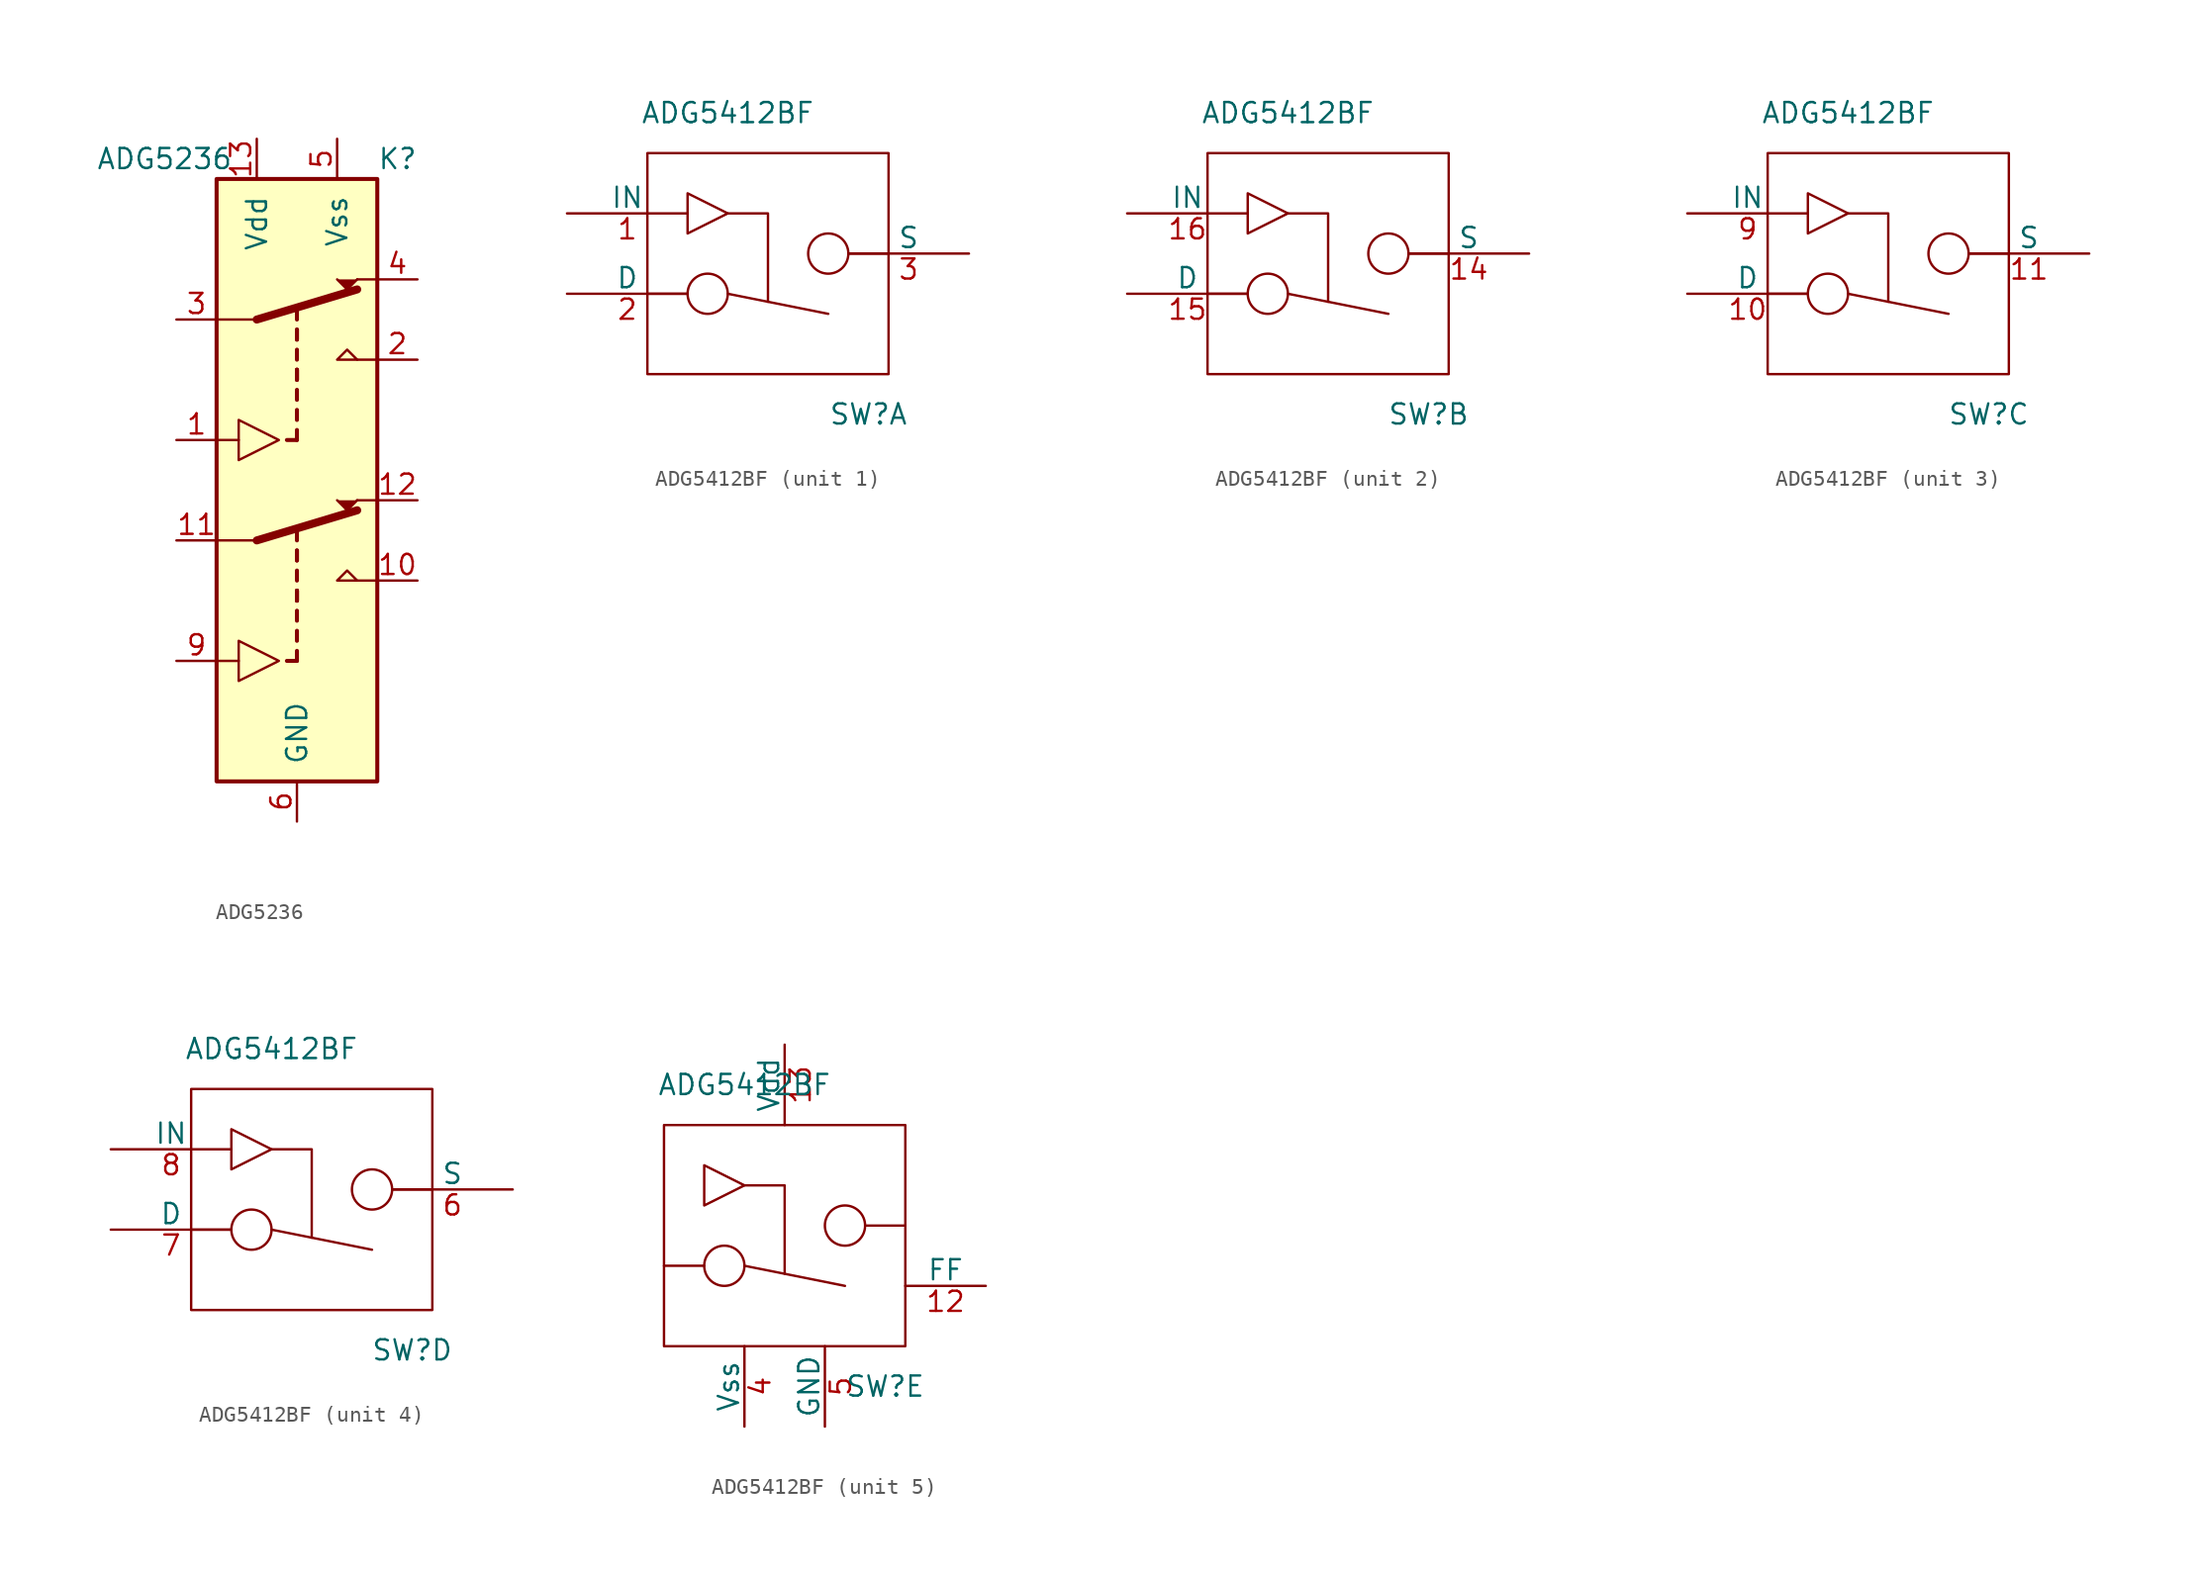
<source format=kicad_sym>
(kicad_symbol_lib
  (version 20231120)
  (generator "kicad_symbol_editor")
  (generator_version "8.0")
  (symbol "ADG5236"
    (pin_names
      (offset 1.016))
    (property "Reference" "K"
      (at 5.08 20.32 0)
      (effects (font (size 1.27 1.27)) (justify left)))
    (property "Value" "ADG5236"
      (at -12.7 20.32 0)
      (effects (font (size 1.27 1.27)) (justify left)))
    (symbol "ADG5236_0_1"
      (polyline (pts (xy -3.683 2.54) (xy -4.953 2.54)) (stroke (width 0) (type solid)) (fill (type none)))
      (polyline (pts (xy -0.635 2.54) (xy 0 2.54)) (stroke (width 0.254) (type solid)) (fill (type none)))
      (polyline (pts (xy -3.683 3.81) (xy -3.683 1.27) (xy -1.143 2.54) (xy -3.683 3.81)) (stroke (width 0) (type solid)) (fill (type none)))
      (rectangle (start 5.08 19.05) (end -5.08 -19.05) (stroke (width 0.254) (type solid)) (fill (type background))))
    (symbol "ADG5236_1_0"
      (polyline (pts (xy 3.81 -6.35) (xy 5.08 -6.35)) (stroke (width 0) (type solid)) (fill (type none)))
      (polyline (pts (xy 3.81 -1.27) (xy 5.08 -1.27)) (stroke (width 0) (type solid)) (fill (type none)))
      (polyline (pts (xy 3.81 7.62) (xy 5.08 7.62)) (stroke (width 0) (type solid)) (fill (type none)))
      (polyline (pts (xy 3.81 12.7) (xy 5.08 12.7)) (stroke (width 0) (type solid)) (fill (type none)))
      (polyline (pts (xy 3.81 -6.35) (xy 2.54 -6.35) (xy 3.175 -5.715) (xy 3.81 -6.35)) (stroke (width 0) (type solid)) (fill (type none)))
      (polyline (pts (xy 3.81 7.62) (xy 2.54 7.62) (xy 3.175 8.255) (xy 3.81 7.62)) (stroke (width 0) (type solid)) (fill (type none))))
    (symbol "ADG5236_1_1"
      (polyline (pts (xy -3.683 -11.43) (xy -4.953 -11.43)) (stroke (width 0) (type solid)) (fill (type none)))
      (polyline (pts (xy -2.54 -3.81) (xy -5.08 -3.81)) (stroke (width 0) (type solid)) (fill (type none)))
      (polyline (pts (xy -2.54 -3.81) (xy 3.81 -1.905)) (stroke (width 0.508) (type solid)) (fill (type none)))
      (polyline (pts (xy -2.54 10.16) (xy -5.08 10.16)) (stroke (width 0) (type solid)) (fill (type none)))
      (polyline (pts (xy -2.54 10.16) (xy 3.81 12.065)) (stroke (width 0.508) (type solid)) (fill (type none)))
      (polyline (pts (xy -0.635 -11.43) (xy 0 -11.43)) (stroke (width 0.254) (type solid)) (fill (type none)))
      (polyline (pts (xy 0 -10.795) (xy 0 -11.43)) (stroke (width 0.254) (type solid)) (fill (type none)))
      (polyline (pts (xy 0 -9.525) (xy 0 -10.16)) (stroke (width 0.254) (type solid)) (fill (type none)))
      (polyline (pts (xy 0 -8.255) (xy 0 -8.89)) (stroke (width 0.254) (type solid)) (fill (type none)))
      (polyline (pts (xy 0 -6.985) (xy 0 -7.62)) (stroke (width 0.254) (type solid)) (fill (type none)))
      (polyline (pts (xy 0 -6.985) (xy 0 -7.62)) (stroke (width 0.254) (type solid)) (fill (type none)))
      (polyline (pts (xy 0 -6.985) (xy 0 -7.62)) (stroke (width 0.254) (type solid)) (fill (type none)))
      (polyline (pts (xy 0 -5.715) (xy 0 -6.35)) (stroke (width 0.254) (type solid)) (fill (type none)))
      (polyline (pts (xy 0 -4.445) (xy 0 -5.08)) (stroke (width 0.254) (type solid)) (fill (type none)))
      (polyline (pts (xy 0 -4.445) (xy 0 -5.08)) (stroke (width 0.254) (type solid)) (fill (type none)))
      (polyline (pts (xy 0 -3.175) (xy 0 -3.81)) (stroke (width 0.254) (type solid)) (fill (type none)))
      (polyline (pts (xy 0 3.175) (xy 0 2.54)) (stroke (width 0.254) (type solid)) (fill (type none)))
      (polyline (pts (xy 0 4.445) (xy 0 3.81)) (stroke (width 0.254) (type solid)) (fill (type none)))
      (polyline (pts (xy 0 5.715) (xy 0 5.08)) (stroke (width 0.254) (type solid)) (fill (type none)))
      (polyline (pts (xy 0 6.985) (xy 0 6.35)) (stroke (width 0.254) (type solid)) (fill (type none)))
      (polyline (pts (xy 0 6.985) (xy 0 6.35)) (stroke (width 0.254) (type solid)) (fill (type none)))
      (polyline (pts (xy 0 6.985) (xy 0 6.35)) (stroke (width 0.254) (type solid)) (fill (type none)))
      (polyline (pts (xy 0 8.255) (xy 0 7.62)) (stroke (width 0.254) (type solid)) (fill (type none)))
      (polyline (pts (xy 0 9.525) (xy 0 8.89)) (stroke (width 0.254) (type solid)) (fill (type none)))
      (polyline (pts (xy 0 9.525) (xy 0 8.89)) (stroke (width 0.254) (type solid)) (fill (type none)))
      (polyline (pts (xy 0 10.795) (xy 0 10.16)) (stroke (width 0.254) (type solid)) (fill (type none)))
      (polyline (pts (xy 2.54 -1.27) (xy 3.175 -1.905) (xy 3.81 -1.27)) (stroke (width 0) (type solid)) (fill (type outline)))
      (polyline (pts (xy 2.54 12.7) (xy 3.175 12.065) (xy 3.81 12.7)) (stroke (width 0) (type solid)) (fill (type outline)))
      (polyline (pts (xy -3.683 -10.16) (xy -3.683 -12.7) (xy -1.143 -11.43) (xy -3.683 -10.16)) (stroke (width 0) (type solid)) (fill (type none)))
      (pin input line (at -7.62 2.54 0) (length 2.54) (name "~" (effects (font (size 1.27 1.27)))) (number "1" (effects (font (size 1.27 1.27)))))
      (pin passive line (at 7.62 -6.35 180) (length 2.54) (name "~" (effects (font (size 1.27 1.27)))) (number "10" (effects (font (size 1.27 1.27)))))
      (pin passive line (at -7.62 -3.81 0) (length 2.54) (name "~" (effects (font (size 1.27 1.27)))) (number "11" (effects (font (size 1.27 1.27)))))
      (pin passive line (at 7.62 -1.27 180) (length 2.54) (name "~" (effects (font (size 1.27 1.27)))) (number "12" (effects (font (size 1.27 1.27)))))
      (pin power_in line (at -2.54 21.59 270) (length 2.54) (name "Vdd" (effects (font (size 1.27 1.27)))) (number "13" (effects (font (size 1.27 1.27)))))
      (pin passive line (at 7.62 7.62 180) (length 2.54) (name "~" (effects (font (size 1.27 1.27)))) (number "2" (effects (font (size 1.27 1.27)))))
      (pin passive line (at -7.62 10.16 0) (length 2.54) (name "~" (effects (font (size 1.27 1.27)))) (number "3" (effects (font (size 1.27 1.27)))))
      (pin passive line (at 7.62 12.7 180) (length 2.54) (name "~" (effects (font (size 1.27 1.27)))) (number "4" (effects (font (size 1.27 1.27)))))
      (pin power_in line (at 2.54 21.59 270) (length 2.54) (name "Vss" (effects (font (size 1.27 1.27)))) (number "5" (effects (font (size 1.27 1.27)))))
      (pin power_in line (at 0 -21.59 90) (length 2.54) (name "GND" (effects (font (size 1.27 1.27)))) (number "6" (effects (font (size 1.27 1.27)))))
      (pin input line (at -7.62 -11.43 0) (length 2.54) (name "~" (effects (font (size 1.27 1.27)))) (number "9" (effects (font (size 1.27 1.27)))))))
  (symbol "ADG5412BF"
    (pin_names
      (offset 0))
    (property "Reference" "SW"
      (at 6.35 -10.16 0)
      (effects (font (size 1.27 1.27))))
    (property "Value" "ADG5412BF"
      (at -2.54 8.89 0)
      (effects (font (size 1.27 1.27))))
    (property "Footprint" ""
      (at 0 -2.54 0)
      (effects (font (size 1.27 1.27))))
    (property "Datasheet" ""
      (at 0 -2.54 0)
      (effects (font (size 1.27 1.27))))
    (symbol "ADG5412BF_0_0"
      (circle (center -3.81 -2.54) (radius 1.27) (stroke (width 0) (type solid)) (fill (type none))))
    (symbol "ADG5412BF_0_1"
      (rectangle (start -7.62 6.35) (end 7.62 -7.62) (stroke (width 0) (type solid)) (fill (type none)))
      (polyline (pts (xy -5.08 -2.54) (xy -7.62 -2.54)) (stroke (width 0) (type solid)) (fill (type none)))
      (polyline (pts (xy -2.54 -2.54) (xy 3.81 -3.81)) (stroke (width 0) (type solid)) (fill (type none)))
      (polyline (pts (xy 5.08 0) (xy 7.62 0)) (stroke (width 0) (type solid)) (fill (type none)))
      (polyline (pts (xy -2.54 2.54) (xy 0 2.54) (xy 0 -3.048)) (stroke (width 0) (type solid)) (fill (type none)))
      (polyline (pts (xy -5.08 3.81) (xy -2.54 2.54) (xy -5.08 1.27) (xy -5.08 3.81)) (stroke (width 0) (type solid)) (fill (type none)))
      (circle (center 3.81 0) (radius 1.27) (stroke (width 0) (type solid)) (fill (type none))))
    (symbol "ADG5412BF_1_1"
      (pin input line (at -12.7 2.54 0) (length 7.62) (name "IN" (effects (font (size 1.27 1.27)))) (number "1" (effects (font (size 1.27 1.27)))))
      (pin passive line (at -12.7 -2.54 0) (length 7.62) (name "D" (effects (font (size 1.27 1.27)))) (number "2" (effects (font (size 1.27 1.27)))))
      (pin passive line (at 12.7 0 180) (length 7.62) (name "S" (effects (font (size 1.27 1.27)))) (number "3" (effects (font (size 1.27 1.27))))))
    (symbol "ADG5412BF_2_1"
      (pin passive line (at 12.7 0 180) (length 7.62) (name "S" (effects (font (size 1.27 1.27)))) (number "14" (effects (font (size 1.27 1.27)))))
      (pin passive line (at -12.7 -2.54 0) (length 7.62) (name "D" (effects (font (size 1.27 1.27)))) (number "15" (effects (font (size 1.27 1.27)))))
      (pin input line (at -12.7 2.54 0) (length 7.62) (name "IN" (effects (font (size 1.27 1.27)))) (number "16" (effects (font (size 1.27 1.27))))))
    (symbol "ADG5412BF_3_1"
      (pin passive line (at -12.7 -2.54 0) (length 7.62) (name "D" (effects (font (size 1.27 1.27)))) (number "10" (effects (font (size 1.27 1.27)))))
      (pin passive line (at 12.7 0 180) (length 7.62) (name "S" (effects (font (size 1.27 1.27)))) (number "11" (effects (font (size 1.27 1.27)))))
      (pin input line (at -12.7 2.54 0) (length 7.62) (name "IN" (effects (font (size 1.27 1.27)))) (number "9" (effects (font (size 1.27 1.27))))))
    (symbol "ADG5412BF_4_1"
      (pin passive line (at 12.7 0 180) (length 7.62) (name "S" (effects (font (size 1.27 1.27)))) (number "6" (effects (font (size 1.27 1.27)))))
      (pin passive line (at -12.7 -2.54 0) (length 7.62) (name "D" (effects (font (size 1.27 1.27)))) (number "7" (effects (font (size 1.27 1.27)))))
      (pin input line (at -12.7 2.54 0) (length 7.62) (name "IN" (effects (font (size 1.27 1.27)))) (number "8" (effects (font (size 1.27 1.27))))))
    (symbol "ADG5412BF_5_1"
      (pin output line (at 12.7 -3.81 180) (length 5.08) (name "FF" (effects (font (size 1.27 1.27)))) (number "12" (effects (font (size 1.27 1.27)))))
      (pin power_in line (at 0 11.43 270) (length 5.08) (name "Vdd" (effects (font (size 1.27 1.27)))) (number "13" (effects (font (size 1.27 1.27)))))
      (pin power_in line (at -2.54 -12.7 90) (length 5.08) (name "Vss" (effects (font (size 1.27 1.27)))) (number "4" (effects (font (size 1.27 1.27)))))
      (pin passive line (at 2.54 -12.7 90) (length 5.08) (name "GND" (effects (font (size 1.27 1.27)))) (number "5" (effects (font (size 1.27 1.27))))))))
</source>
